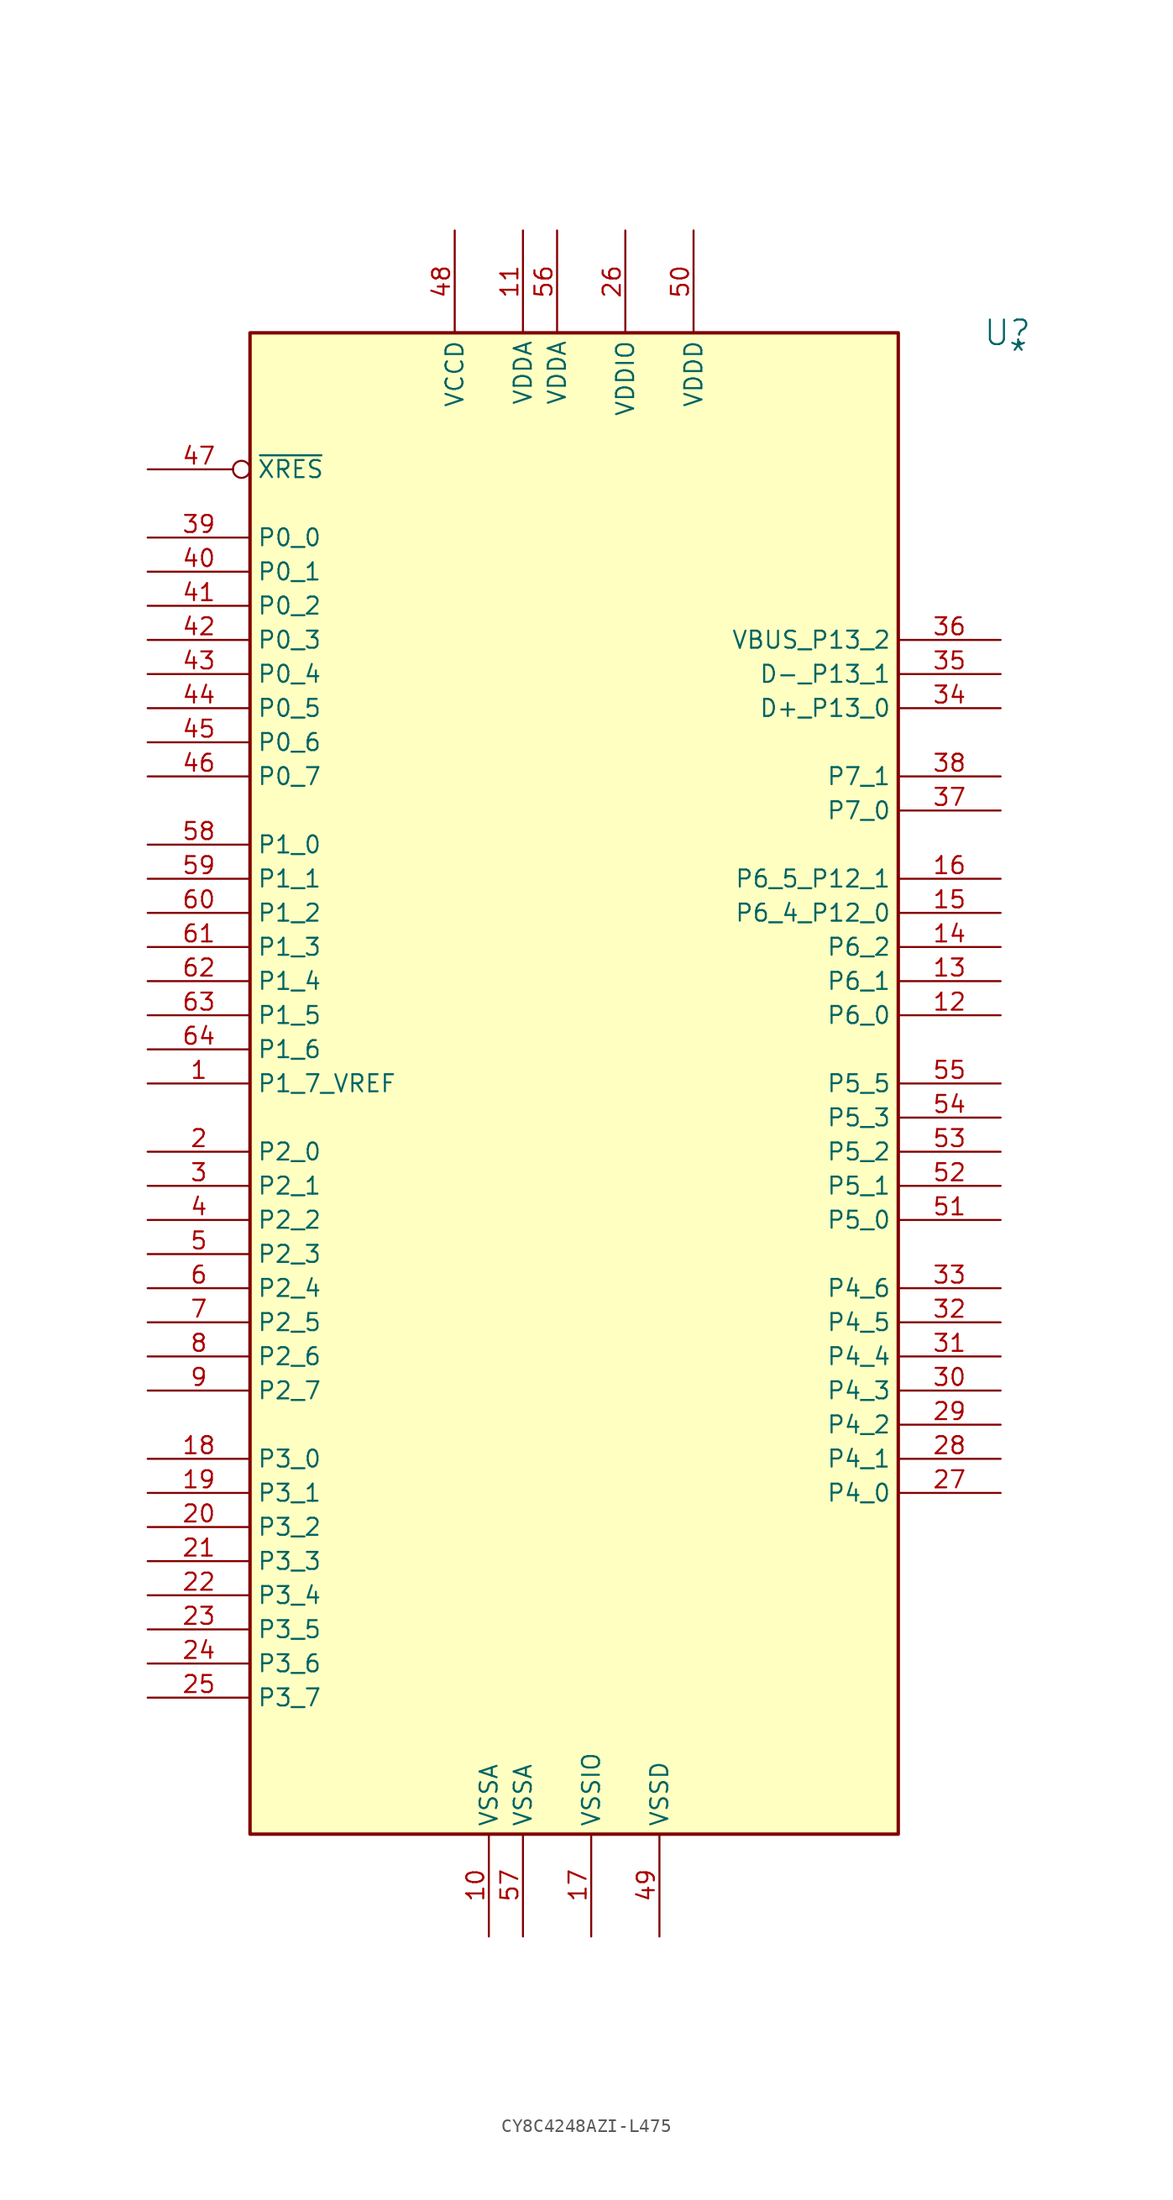
<source format=kicad_sym>
(kicad_symbol_lib
  (version 20231120)
  (generator "kicad_symbol_editor")
  (generator_version "8.0")
  (symbol "CY8C4248AZI-L475"
    (property "Reference" "U"
      (at 56.388 0 0)
      (effects (font (size 1.829 1.829))))
    (property "Value" "*"
      (at 56.388 -2.54 0)
      (effects (font (size 1.829 1.829)) (justify left bottom)))
    (symbol "CY8C4248AZI-L475_1_0"
      (rectangle (start 48.26 0) (end 0 -111.76) (stroke (width 0.254) (type solid) (color 128 0 0 1)) (fill (type background)))
      (pin bidirectional line (at -7.62 -55.88 0) (length 7.62) (name "P1_7_VREF" (effects (font (size 1.27 1.27)))) (number "1" (effects (font (size 1.27 1.27)))))
      (pin power_in line (at 17.78 -119.38 90) (length 7.62) (name "VSSA" (effects (font (size 1.27 1.27)))) (number "10" (effects (font (size 1.27 1.27)))))
      (pin power_in line (at 20.32 7.62 270) (length 7.62) (name "VDDA" (effects (font (size 1.27 1.27)))) (number "11" (effects (font (size 1.27 1.27)))))
      (pin bidirectional line (at 55.88 -50.8 180) (length 7.62) (name "P6_0" (effects (font (size 1.27 1.27)))) (number "12" (effects (font (size 1.27 1.27)))))
      (pin bidirectional line (at 55.88 -48.26 180) (length 7.62) (name "P6_1" (effects (font (size 1.27 1.27)))) (number "13" (effects (font (size 1.27 1.27)))))
      (pin bidirectional line (at 55.88 -45.72 180) (length 7.62) (name "P6_2" (effects (font (size 1.27 1.27)))) (number "14" (effects (font (size 1.27 1.27)))))
      (pin bidirectional line (at 55.88 -43.18 180) (length 7.62) (name "P6_4_P12_0" (effects (font (size 1.27 1.27)))) (number "15" (effects (font (size 1.27 1.27)))))
      (pin bidirectional line (at 55.88 -40.64 180) (length 7.62) (name "P6_5_P12_1" (effects (font (size 1.27 1.27)))) (number "16" (effects (font (size 1.27 1.27)))))
      (pin power_in line (at 25.4 -119.38 90) (length 7.62) (name "VSSIO" (effects (font (size 1.27 1.27)))) (number "17" (effects (font (size 1.27 1.27)))))
      (pin bidirectional line (at -7.62 -83.82 0) (length 7.62) (name "P3_0" (effects (font (size 1.27 1.27)))) (number "18" (effects (font (size 1.27 1.27)))))
      (pin bidirectional line (at -7.62 -86.36 0) (length 7.62) (name "P3_1" (effects (font (size 1.27 1.27)))) (number "19" (effects (font (size 1.27 1.27)))))
      (pin bidirectional line (at -7.62 -60.96 0) (length 7.62) (name "P2_0" (effects (font (size 1.27 1.27)))) (number "2" (effects (font (size 1.27 1.27)))))
      (pin bidirectional line (at -7.62 -88.9 0) (length 7.62) (name "P3_2" (effects (font (size 1.27 1.27)))) (number "20" (effects (font (size 1.27 1.27)))))
      (pin bidirectional line (at -7.62 -91.44 0) (length 7.62) (name "P3_3" (effects (font (size 1.27 1.27)))) (number "21" (effects (font (size 1.27 1.27)))))
      (pin bidirectional line (at -7.62 -93.98 0) (length 7.62) (name "P3_4" (effects (font (size 1.27 1.27)))) (number "22" (effects (font (size 1.27 1.27)))))
      (pin bidirectional line (at -7.62 -96.52 0) (length 7.62) (name "P3_5" (effects (font (size 1.27 1.27)))) (number "23" (effects (font (size 1.27 1.27)))))
      (pin bidirectional line (at -7.62 -99.06 0) (length 7.62) (name "P3_6" (effects (font (size 1.27 1.27)))) (number "24" (effects (font (size 1.27 1.27)))))
      (pin bidirectional line (at -7.62 -101.6 0) (length 7.62) (name "P3_7" (effects (font (size 1.27 1.27)))) (number "25" (effects (font (size 1.27 1.27)))))
      (pin power_in line (at 27.94 7.62 270) (length 7.62) (name "VDDIO" (effects (font (size 1.27 1.27)))) (number "26" (effects (font (size 1.27 1.27)))))
      (pin bidirectional line (at 55.88 -86.36 180) (length 7.62) (name "P4_0" (effects (font (size 1.27 1.27)))) (number "27" (effects (font (size 1.27 1.27)))))
      (pin bidirectional line (at 55.88 -83.82 180) (length 7.62) (name "P4_1" (effects (font (size 1.27 1.27)))) (number "28" (effects (font (size 1.27 1.27)))))
      (pin bidirectional line (at 55.88 -81.28 180) (length 7.62) (name "P4_2" (effects (font (size 1.27 1.27)))) (number "29" (effects (font (size 1.27 1.27)))))
      (pin bidirectional line (at -7.62 -63.5 0) (length 7.62) (name "P2_1" (effects (font (size 1.27 1.27)))) (number "3" (effects (font (size 1.27 1.27)))))
      (pin bidirectional line (at 55.88 -78.74 180) (length 7.62) (name "P4_3" (effects (font (size 1.27 1.27)))) (number "30" (effects (font (size 1.27 1.27)))))
      (pin bidirectional line (at 55.88 -76.2 180) (length 7.62) (name "P4_4" (effects (font (size 1.27 1.27)))) (number "31" (effects (font (size 1.27 1.27)))))
      (pin bidirectional line (at 55.88 -73.66 180) (length 7.62) (name "P4_5" (effects (font (size 1.27 1.27)))) (number "32" (effects (font (size 1.27 1.27)))))
      (pin bidirectional line (at 55.88 -71.12 180) (length 7.62) (name "P4_6" (effects (font (size 1.27 1.27)))) (number "33" (effects (font (size 1.27 1.27)))))
      (pin bidirectional line (at 55.88 -27.94 180) (length 7.62) (name "D+_P13_0" (effects (font (size 1.27 1.27)))) (number "34" (effects (font (size 1.27 1.27)))))
      (pin bidirectional line (at 55.88 -25.4 180) (length 7.62) (name "D-_P13_1" (effects (font (size 1.27 1.27)))) (number "35" (effects (font (size 1.27 1.27)))))
      (pin bidirectional line (at 55.88 -22.86 180) (length 7.62) (name "VBUS_P13_2" (effects (font (size 1.27 1.27)))) (number "36" (effects (font (size 1.27 1.27)))))
      (pin bidirectional line (at 55.88 -35.56 180) (length 7.62) (name "P7_0" (effects (font (size 1.27 1.27)))) (number "37" (effects (font (size 1.27 1.27)))))
      (pin bidirectional line (at 55.88 -33.02 180) (length 7.62) (name "P7_1" (effects (font (size 1.27 1.27)))) (number "38" (effects (font (size 1.27 1.27)))))
      (pin bidirectional line (at -7.62 -15.24 0) (length 7.62) (name "P0_0" (effects (font (size 1.27 1.27)))) (number "39" (effects (font (size 1.27 1.27)))))
      (pin bidirectional line (at -7.62 -66.04 0) (length 7.62) (name "P2_2" (effects (font (size 1.27 1.27)))) (number "4" (effects (font (size 1.27 1.27)))))
      (pin bidirectional line (at -7.62 -17.78 0) (length 7.62) (name "P0_1" (effects (font (size 1.27 1.27)))) (number "40" (effects (font (size 1.27 1.27)))))
      (pin bidirectional line (at -7.62 -20.32 0) (length 7.62) (name "P0_2" (effects (font (size 1.27 1.27)))) (number "41" (effects (font (size 1.27 1.27)))))
      (pin bidirectional line (at -7.62 -22.86 0) (length 7.62) (name "P0_3" (effects (font (size 1.27 1.27)))) (number "42" (effects (font (size 1.27 1.27)))))
      (pin bidirectional line (at -7.62 -25.4 0) (length 7.62) (name "P0_4" (effects (font (size 1.27 1.27)))) (number "43" (effects (font (size 1.27 1.27)))))
      (pin bidirectional line (at -7.62 -27.94 0) (length 7.62) (name "P0_5" (effects (font (size 1.27 1.27)))) (number "44" (effects (font (size 1.27 1.27)))))
      (pin bidirectional line (at -7.62 -30.48 0) (length 7.62) (name "P0_6" (effects (font (size 1.27 1.27)))) (number "45" (effects (font (size 1.27 1.27)))))
      (pin bidirectional line (at -7.62 -33.02 0) (length 7.62) (name "P0_7" (effects (font (size 1.27 1.27)))) (number "46" (effects (font (size 1.27 1.27)))))
      (pin input inverted (at -7.62 -10.16 0) (length 7.62) (name "~{XRES}" (effects (font (size 1.27 1.27)))) (number "47" (effects (font (size 1.27 1.27)))))
      (pin power_in line (at 15.24 7.62 270) (length 7.62) (name "VCCD" (effects (font (size 1.27 1.27)))) (number "48" (effects (font (size 1.27 1.27)))))
      (pin power_in line (at 30.48 -119.38 90) (length 7.62) (name "VSSD" (effects (font (size 1.27 1.27)))) (number "49" (effects (font (size 1.27 1.27)))))
      (pin bidirectional line (at -7.62 -68.58 0) (length 7.62) (name "P2_3" (effects (font (size 1.27 1.27)))) (number "5" (effects (font (size 1.27 1.27)))))
      (pin power_in line (at 33.02 7.62 270) (length 7.62) (name "VDDD" (effects (font (size 1.27 1.27)))) (number "50" (effects (font (size 1.27 1.27)))))
      (pin bidirectional line (at 55.88 -66.04 180) (length 7.62) (name "P5_0" (effects (font (size 1.27 1.27)))) (number "51" (effects (font (size 1.27 1.27)))))
      (pin bidirectional line (at 55.88 -63.5 180) (length 7.62) (name "P5_1" (effects (font (size 1.27 1.27)))) (number "52" (effects (font (size 1.27 1.27)))))
      (pin bidirectional line (at 55.88 -60.96 180) (length 7.62) (name "P5_2" (effects (font (size 1.27 1.27)))) (number "53" (effects (font (size 1.27 1.27)))))
      (pin bidirectional line (at 55.88 -58.42 180) (length 7.62) (name "P5_3" (effects (font (size 1.27 1.27)))) (number "54" (effects (font (size 1.27 1.27)))))
      (pin bidirectional line (at 55.88 -55.88 180) (length 7.62) (name "P5_5" (effects (font (size 1.27 1.27)))) (number "55" (effects (font (size 1.27 1.27)))))
      (pin power_in line (at 22.86 7.62 270) (length 7.62) (name "VDDA" (effects (font (size 1.27 1.27)))) (number "56" (effects (font (size 1.27 1.27)))))
      (pin power_in line (at 20.32 -119.38 90) (length 7.62) (name "VSSA" (effects (font (size 1.27 1.27)))) (number "57" (effects (font (size 1.27 1.27)))))
      (pin bidirectional line (at -7.62 -38.1 0) (length 7.62) (name "P1_0" (effects (font (size 1.27 1.27)))) (number "58" (effects (font (size 1.27 1.27)))))
      (pin bidirectional line (at -7.62 -40.64 0) (length 7.62) (name "P1_1" (effects (font (size 1.27 1.27)))) (number "59" (effects (font (size 1.27 1.27)))))
      (pin bidirectional line (at -7.62 -71.12 0) (length 7.62) (name "P2_4" (effects (font (size 1.27 1.27)))) (number "6" (effects (font (size 1.27 1.27)))))
      (pin bidirectional line (at -7.62 -43.18 0) (length 7.62) (name "P1_2" (effects (font (size 1.27 1.27)))) (number "60" (effects (font (size 1.27 1.27)))))
      (pin bidirectional line (at -7.62 -45.72 0) (length 7.62) (name "P1_3" (effects (font (size 1.27 1.27)))) (number "61" (effects (font (size 1.27 1.27)))))
      (pin bidirectional line (at -7.62 -48.26 0) (length 7.62) (name "P1_4" (effects (font (size 1.27 1.27)))) (number "62" (effects (font (size 1.27 1.27)))))
      (pin bidirectional line (at -7.62 -50.8 0) (length 7.62) (name "P1_5" (effects (font (size 1.27 1.27)))) (number "63" (effects (font (size 1.27 1.27)))))
      (pin bidirectional line (at -7.62 -53.34 0) (length 7.62) (name "P1_6" (effects (font (size 1.27 1.27)))) (number "64" (effects (font (size 1.27 1.27)))))
      (pin bidirectional line (at -7.62 -73.66 0) (length 7.62) (name "P2_5" (effects (font (size 1.27 1.27)))) (number "7" (effects (font (size 1.27 1.27)))))
      (pin bidirectional line (at -7.62 -76.2 0) (length 7.62) (name "P2_6" (effects (font (size 1.27 1.27)))) (number "8" (effects (font (size 1.27 1.27)))))
      (pin bidirectional line (at -7.62 -78.74 0) (length 7.62) (name "P2_7" (effects (font (size 1.27 1.27)))) (number "9" (effects (font (size 1.27 1.27))))))))
</source>
